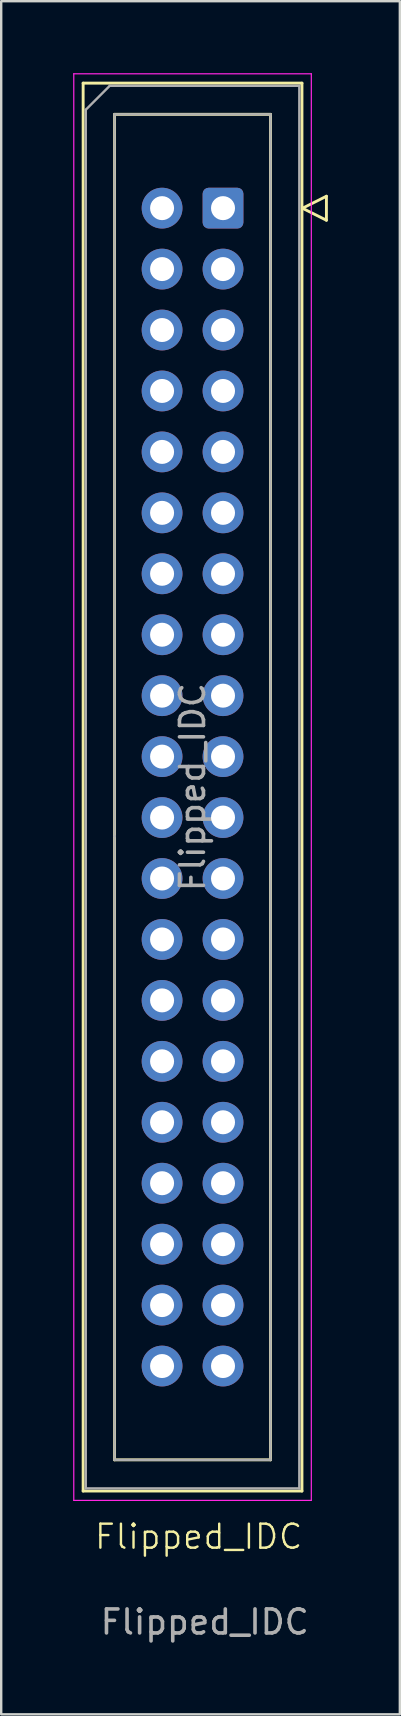
<source format=kicad_pcb>
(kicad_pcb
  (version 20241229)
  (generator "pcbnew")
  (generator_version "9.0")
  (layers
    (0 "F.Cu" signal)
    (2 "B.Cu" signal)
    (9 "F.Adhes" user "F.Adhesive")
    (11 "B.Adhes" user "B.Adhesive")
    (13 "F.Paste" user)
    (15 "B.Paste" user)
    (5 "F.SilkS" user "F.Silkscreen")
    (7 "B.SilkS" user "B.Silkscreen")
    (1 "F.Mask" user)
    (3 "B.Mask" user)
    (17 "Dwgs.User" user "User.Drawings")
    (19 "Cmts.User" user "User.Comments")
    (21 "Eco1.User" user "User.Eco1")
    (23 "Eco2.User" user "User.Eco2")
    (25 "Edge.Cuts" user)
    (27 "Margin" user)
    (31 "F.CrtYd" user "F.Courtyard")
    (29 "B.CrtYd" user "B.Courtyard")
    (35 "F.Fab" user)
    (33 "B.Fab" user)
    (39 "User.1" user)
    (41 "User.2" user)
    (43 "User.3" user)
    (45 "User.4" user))
  (footprint "Flipped_IDC"
    (layer "F.Cu")
    (at 8.785 31.025)
    (property "Reference" "Flipped_IDC" (at -3.556 29.972 0) (unlocked yes) (layer "F.SilkS") (effects (font (size 1 1) (thickness 0.1))))
    (attr through_hole)
    (fp_line (start -8.37 -30.61) (end 0.75 -30.61) (stroke (width 0.12) (type solid)) (layer "F.SilkS"))
    (fp_line (start -8.37 28.07) (end -8.37 -30.61) (stroke (width 0.12) (type solid)) (layer "F.SilkS"))
    (fp_line (start -7.06 -29.31) (end -0.56 -29.31) (stroke (width 0.12) (type solid)) (layer "F.SilkS"))
    (fp_line (start -7.06 0.78) (end -7.06 -29.31) (stroke (width 0.12) (type solid)) (layer "F.SilkS"))
    (fp_line (start -7.06 0.78) (end -7.06 0.78) (stroke (width 0.12) (type solid)) (layer "F.SilkS"))
    (fp_line (start -7.06 26.77) (end -7.06 0.78) (stroke (width 0.12) (type solid)) (layer "F.SilkS"))
    (fp_line (start -0.56 -29.31) (end -0.56 26.77) (stroke (width 0.12) (type solid)) (layer "F.SilkS"))
    (fp_line (start -0.56 26.77) (end -7.06 26.77) (stroke (width 0.12) (type solid)) (layer "F.SilkS"))
    (fp_line (start 0.75 -30.61) (end 0.75 28.07) (stroke (width 0.12) (type solid)) (layer "F.SilkS"))
    (fp_line (start 0.75 28.07) (end -8.37 28.07) (stroke (width 0.12) (type solid)) (layer "F.SilkS"))
    (fp_line (start 0.77 -25.396) (end 1.77 -24.896) (stroke (width 0.12) (type solid)) (layer "F.SilkS"))
    (fp_line (start 1.77 -25.896) (end 0.77 -25.396) (stroke (width 0.12) (type solid)) (layer "F.SilkS"))
    (fp_line (start 1.77 -24.896) (end 1.77 -25.896) (stroke (width 0.12) (type solid)) (layer "F.SilkS"))
    (fp_line (start -8.76 -31) (end -8.76 28.46) (stroke (width 0.05) (type solid)) (layer "F.CrtYd"))
    (fp_line (start -8.76 28.46) (end 1.14 28.46) (stroke (width 0.05) (type solid)) (layer "F.CrtYd"))
    (fp_line (start 1.14 -31) (end -8.76 -31) (stroke (width 0.05) (type solid)) (layer "F.CrtYd"))
    (fp_line (start 1.14 28.46) (end 1.14 -31) (stroke (width 0.05) (type solid)) (layer "F.CrtYd"))
    (fp_line (start -8.26 -29.5) (end -7.26 -30.5) (stroke (width 0.1) (type solid)) (layer "F.Fab"))
    (fp_line (start -8.26 27.96) (end -8.26 -29.5) (stroke (width 0.1) (type solid)) (layer "F.Fab"))
    (fp_line (start -7.26 -30.5) (end 0.64 -30.5) (stroke (width 0.1) (type solid)) (layer "F.Fab"))
    (fp_line (start -7.06 -29.31) (end -0.56 -29.31) (stroke (width 0.1) (type solid)) (layer "F.Fab"))
    (fp_line (start -7.06 0.78) (end -7.06 -29.31) (stroke (width 0.1) (type solid)) (layer "F.Fab"))
    (fp_line (start -7.06 0.78) (end -7.06 0.78) (stroke (width 0.1) (type solid)) (layer "F.Fab"))
    (fp_line (start -7.06 26.77) (end -7.06 0.78) (stroke (width 0.1) (type solid)) (layer "F.Fab"))
    (fp_line (start -0.56 -29.31) (end -0.56 26.77) (stroke (width 0.1) (type solid)) (layer "F.Fab"))
    (fp_line (start -0.56 26.77) (end -7.06 26.77) (stroke (width 0.1) (type solid)) (layer "F.Fab"))
    (fp_line (start 0.64 -30.5) (end 0.64 27.96) (stroke (width 0.1) (type solid)) (layer "F.Fab"))
    (fp_line (start 0.64 27.96) (end -8.26 27.96) (stroke (width 0.1) (type solid)) (layer "F.Fab"))
    (fp_text user "${REFERENCE}" (at -3.81 -1.27 90) (layer "F.Fab") (effects (font (size 1 1) (thickness 0.15))))
    (fp_text user "${REFERENCE}" (at -3.302 33.528 0) (unlocked yes) (layer "F.Fab") (effects (font (size 1 1) (thickness 0.15))))
    (pad "1" thru_hole roundrect (at -2.54 -25.4) (size 1.7 1.7) (drill 1) (layers "*.Cu" "*.Mask") (roundrect_rratio 0.147))
    (pad "2" thru_hole circle (at -5.08 -25.4) (size 1.7 1.7) (drill 1) (layers "*.Cu" "*.Mask"))
    (pad "3" thru_hole circle (at -2.54 -22.86) (size 1.7 1.7) (drill 1) (layers "*.Cu" "*.Mask"))
    (pad "4" thru_hole circle (at -5.08 -22.86) (size 1.7 1.7) (drill 1) (layers "*.Cu" "*.Mask"))
    (pad "5" thru_hole circle (at -2.54 -20.32) (size 1.7 1.7) (drill 1) (layers "*.Cu" "*.Mask"))
    (pad "6" thru_hole circle (at -5.08 -20.32) (size 1.7 1.7) (drill 1) (layers "*.Cu" "*.Mask"))
    (pad "7" thru_hole circle (at -2.54 -17.78) (size 1.7 1.7) (drill 1) (layers "*.Cu" "*.Mask"))
    (pad "8" thru_hole circle (at -5.08 -17.78) (size 1.7 1.7) (drill 1) (layers "*.Cu" "*.Mask"))
    (pad "9" thru_hole circle (at -2.54 -15.24) (size 1.7 1.7) (drill 1) (layers "*.Cu" "*.Mask"))
    (pad "10" thru_hole circle (at -5.08 -15.24) (size 1.7 1.7) (drill 1) (layers "*.Cu" "*.Mask"))
    (pad "11" thru_hole circle (at -2.54 -12.7) (size 1.7 1.7) (drill 1) (layers "*.Cu" "*.Mask"))
    (pad "12" thru_hole circle (at -5.08 -12.7) (size 1.7 1.7) (drill 1) (layers "*.Cu" "*.Mask"))
    (pad "13" thru_hole circle (at -2.54 -10.16) (size 1.7 1.7) (drill 1) (layers "*.Cu" "*.Mask"))
    (pad "14" thru_hole circle (at -5.08 -10.16) (size 1.7 1.7) (drill 1) (layers "*.Cu" "*.Mask"))
    (pad "15" thru_hole circle (at -2.54 -7.62) (size 1.7 1.7) (drill 1) (layers "*.Cu" "*.Mask"))
    (pad "16" thru_hole circle (at -5.08 -7.62) (size 1.7 1.7) (drill 1) (layers "*.Cu" "*.Mask"))
    (pad "17" thru_hole circle (at -2.54 -5.08) (size 1.7 1.7) (drill 1) (layers "*.Cu" "*.Mask"))
    (pad "18" thru_hole circle (at -5.08 -5.08) (size 1.7 1.7) (drill 1) (layers "*.Cu" "*.Mask"))
    (pad "19" thru_hole circle (at -2.54 -2.54) (size 1.7 1.7) (drill 1) (layers "*.Cu" "*.Mask"))
    (pad "20" thru_hole circle (at -5.08 -2.54) (size 1.7 1.7) (drill 1) (layers "*.Cu" "*.Mask"))
    (pad "21" thru_hole circle (at -2.54 0) (size 1.7 1.7) (drill 1) (layers "*.Cu" "*.Mask"))
    (pad "22" thru_hole circle (at -5.08 0) (size 1.7 1.7) (drill 1) (layers "*.Cu" "*.Mask"))
    (pad "23" thru_hole circle (at -2.54 2.54) (size 1.7 1.7) (drill 1) (layers "*.Cu" "*.Mask"))
    (pad "24" thru_hole circle (at -5.08 2.54) (size 1.7 1.7) (drill 1) (layers "*.Cu" "*.Mask"))
    (pad "25" thru_hole circle (at -2.54 5.08) (size 1.7 1.7) (drill 1) (layers "*.Cu" "*.Mask"))
    (pad "26" thru_hole circle (at -5.08 5.08) (size 1.7 1.7) (drill 1) (layers "*.Cu" "*.Mask"))
    (pad "27" thru_hole circle (at -2.54 7.62) (size 1.7 1.7) (drill 1) (layers "*.Cu" "*.Mask"))
    (pad "28" thru_hole circle (at -5.08 7.62) (size 1.7 1.7) (drill 1) (layers "*.Cu" "*.Mask"))
    (pad "29" thru_hole circle (at -2.54 10.16) (size 1.7 1.7) (drill 1) (layers "*.Cu" "*.Mask"))
    (pad "30" thru_hole circle (at -5.08 10.16) (size 1.7 1.7) (drill 1) (layers "*.Cu" "*.Mask"))
    (pad "31" thru_hole circle (at -2.54 12.7) (size 1.7 1.7) (drill 1) (layers "*.Cu" "*.Mask"))
    (pad "32" thru_hole circle (at -5.08 12.7) (size 1.7 1.7) (drill 1) (layers "*.Cu" "*.Mask"))
    (pad "33" thru_hole circle (at -2.54 15.24) (size 1.7 1.7) (drill 1) (layers "*.Cu" "*.Mask"))
    (pad "34" thru_hole circle (at -5.08 15.24) (size 1.7 1.7) (drill 1) (layers "*.Cu" "*.Mask"))
    (pad "35" thru_hole circle (at -2.54 17.78) (size 1.7 1.7) (drill 1) (layers "*.Cu" "*.Mask"))
    (pad "36" thru_hole circle (at -5.08 17.78) (size 1.7 1.7) (drill 1) (layers "*.Cu" "*.Mask"))
    (pad "37" thru_hole circle (at -2.54 20.32) (size 1.7 1.7) (drill 1) (layers "*.Cu" "*.Mask"))
    (pad "38" thru_hole circle (at -5.08 20.32) (size 1.7 1.7) (drill 1) (layers "*.Cu" "*.Mask"))
    (pad "39" thru_hole circle (at -2.54 22.86) (size 1.7 1.7) (drill 1) (layers "*.Cu" "*.Mask"))
    (pad "40" thru_hole circle (at -5.08 22.86) (size 1.7 1.7) (drill 1) (layers "*.Cu" "*.Mask")))
  (gr_rect
    (start -3 -3)
    (end 13.615 68.401)
    (stroke (width 0.1) (type default))
    (fill no)
    (layer "Edge.Cuts")))
</source>
